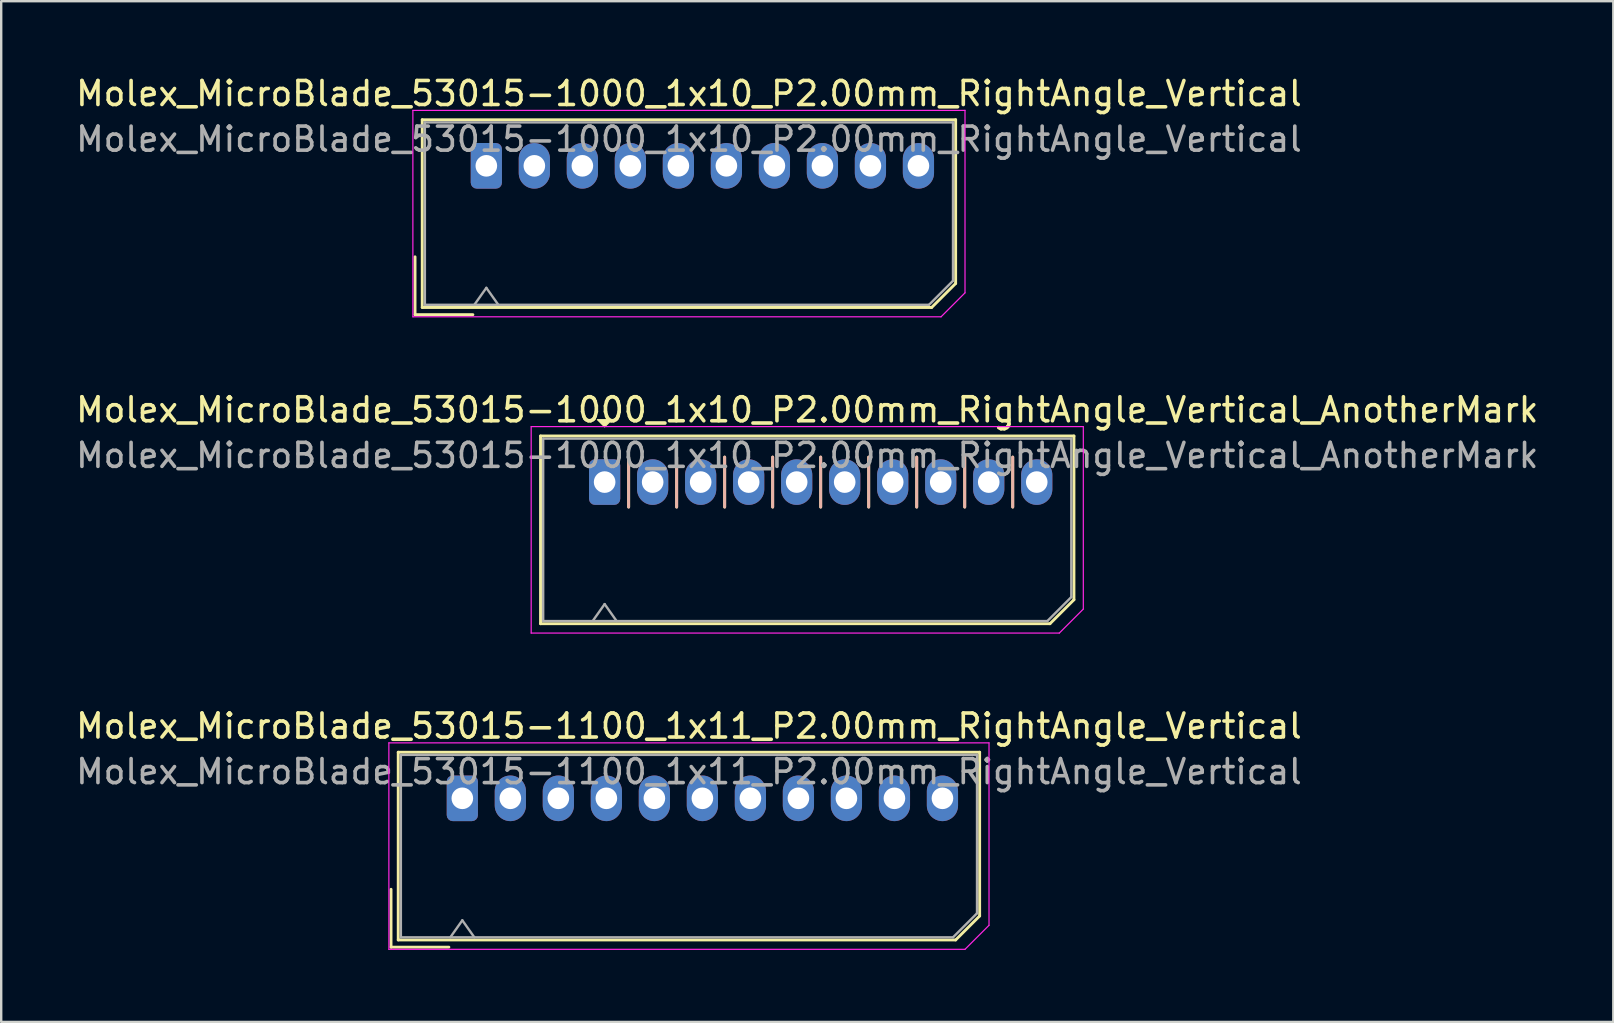
<source format=kicad_pcb>
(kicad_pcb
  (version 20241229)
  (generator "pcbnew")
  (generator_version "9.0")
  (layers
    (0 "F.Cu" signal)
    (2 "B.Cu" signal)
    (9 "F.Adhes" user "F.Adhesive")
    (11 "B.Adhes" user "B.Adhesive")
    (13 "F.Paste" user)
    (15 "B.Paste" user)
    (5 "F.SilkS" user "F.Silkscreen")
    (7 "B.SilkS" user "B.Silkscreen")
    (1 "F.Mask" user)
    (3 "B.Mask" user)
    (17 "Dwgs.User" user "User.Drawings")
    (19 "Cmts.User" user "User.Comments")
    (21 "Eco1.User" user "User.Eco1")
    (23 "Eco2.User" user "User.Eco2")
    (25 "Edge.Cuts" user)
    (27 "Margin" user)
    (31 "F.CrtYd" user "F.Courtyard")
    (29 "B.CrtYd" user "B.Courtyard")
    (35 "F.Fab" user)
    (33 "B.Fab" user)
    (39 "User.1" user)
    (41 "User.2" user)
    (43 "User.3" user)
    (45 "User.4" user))
  (footprint "Molex_MicroBlade_53015-1100_1x11_P2.00mm_RightAngle_Vertical"
    (layer "F.Cu")
    (at 16.209 30.205)
    (property "Reference" "Molex_MicroBlade_53015-1100_1x11_P2.00mm_RightAngle_Vertical" (at 9.44 -3.01 0) (layer "F.SilkS") (effects (font (size 1 1) (thickness 0.15))))
    (attr through_hole)
    (fp_line (start -2.97 3.79) (end -2.97 6.2) (stroke (width 0.12) (type solid)) (layer "F.SilkS"))
    (fp_line (start -2.97 6.2) (end -0.56 6.2) (stroke (width 0.12) (type solid)) (layer "F.SilkS"))
    (fp_line (start -2.67 -1.92) (end -2.67 5.9) (stroke (width 0.12) (type solid)) (layer "F.SilkS"))
    (fp_line (start -2.67 5.9) (end 20.55 5.9) (stroke (width 0.12) (type solid)) (layer "F.SilkS"))
    (fp_line (start 20.55 5.9) (end 21.55 4.9) (stroke (width 0.12) (type solid)) (layer "F.SilkS"))
    (fp_line (start 21.55 -1.92) (end -2.67 -1.92) (stroke (width 0.12) (type solid)) (layer "F.SilkS"))
    (fp_line (start 21.55 4.9) (end 21.55 -1.92) (stroke (width 0.12) (type solid)) (layer "F.SilkS"))
    (fp_line (start -3.06 -2.31) (end -3.06 6.29) (stroke (width 0.05) (type solid)) (layer "F.CrtYd"))
    (fp_line (start -3.06 6.29) (end 20.94 6.29) (stroke (width 0.05) (type solid)) (layer "F.CrtYd"))
    (fp_line (start 20.94 6.29) (end 21.94 5.29) (stroke (width 0.05) (type solid)) (layer "F.CrtYd"))
    (fp_line (start 21.94 -2.31) (end -3.06 -2.31) (stroke (width 0.05) (type solid)) (layer "F.CrtYd"))
    (fp_line (start 21.94 5.29) (end 21.94 -2.31) (stroke (width 0.05) (type solid)) (layer "F.CrtYd"))
    (fp_line (start -2.56 -1.81) (end -2.56 5.79) (stroke (width 0.1) (type solid)) (layer "F.Fab"))
    (fp_line (start -2.56 5.79) (end 20.44 5.79) (stroke (width 0.1) (type solid)) (layer "F.Fab"))
    (fp_line (start -0.5 5.79) (end 0 5.083) (stroke (width 0.1) (type solid)) (layer "F.Fab"))
    (fp_line (start 0 5.083) (end 0.5 5.79) (stroke (width 0.1) (type solid)) (layer "F.Fab"))
    (fp_line (start 20.44 5.79) (end 21.44 4.79) (stroke (width 0.1) (type solid)) (layer "F.Fab"))
    (fp_line (start 21.44 -1.81) (end -2.56 -1.81) (stroke (width 0.1) (type solid)) (layer "F.Fab"))
    (fp_line (start 21.44 4.79) (end 21.44 -1.81) (stroke (width 0.1) (type solid)) (layer "F.Fab"))
    (fp_text user "${REFERENCE}" (at 9.44 -1.11 0) (layer "F.Fab") (effects (font (size 1 1) (thickness 0.15))))
    (pad "1" thru_hole roundrect (at 0 0) (size 1.3 1.9) (drill 0.9) (layers "*.Cu" "*.Mask") (roundrect_rratio 0.192))
    (pad "2" thru_hole oval (at 2 0) (size 1.3 1.9) (drill 0.9) (layers "*.Cu" "*.Mask"))
    (pad "3" thru_hole oval (at 4 0) (size 1.3 1.9) (drill 0.9) (layers "*.Cu" "*.Mask"))
    (pad "4" thru_hole oval (at 6 0) (size 1.3 1.9) (drill 0.9) (layers "*.Cu" "*.Mask"))
    (pad "5" thru_hole oval (at 8 0) (size 1.3 1.9) (drill 0.9) (layers "*.Cu" "*.Mask"))
    (pad "6" thru_hole oval (at 10 0) (size 1.3 1.9) (drill 0.9) (layers "*.Cu" "*.Mask"))
    (pad "7" thru_hole oval (at 12 0) (size 1.3 1.9) (drill 0.9) (layers "*.Cu" "*.Mask"))
    (pad "8" thru_hole oval (at 14 0) (size 1.3 1.9) (drill 0.9) (layers "*.Cu" "*.Mask"))
    (pad "9" thru_hole oval (at 16 0) (size 1.3 1.9) (drill 0.9) (layers "*.Cu" "*.Mask"))
    (pad "10" thru_hole oval (at 18 0) (size 1.3 1.9) (drill 0.9) (layers "*.Cu" "*.Mask"))
    (pad "11" thru_hole oval (at 20 0) (size 1.3 1.9) (drill 0.9) (layers "*.Cu" "*.Mask")))
  (footprint "Molex_MicroBlade_53015-1000_1x10_P2.00mm_RightAngle_Vertical"
    (layer "F.Cu")
    (at 17.209 3.858)
    (property "Reference" "Molex_MicroBlade_53015-1000_1x10_P2.00mm_RightAngle_Vertical" (at 8.44 -3.01 0) (layer "F.SilkS") (effects (font (size 1 1) (thickness 0.15))))
    (attr through_hole)
    (fp_line (start -2.97 3.79) (end -2.97 6.2) (stroke (width 0.12) (type solid)) (layer "F.SilkS"))
    (fp_line (start -2.97 6.2) (end -0.56 6.2) (stroke (width 0.12) (type solid)) (layer "F.SilkS"))
    (fp_line (start -2.67 -1.92) (end -2.67 5.9) (stroke (width 0.12) (type solid)) (layer "F.SilkS"))
    (fp_line (start -2.67 5.9) (end 18.55 5.9) (stroke (width 0.12) (type solid)) (layer "F.SilkS"))
    (fp_line (start 18.55 5.9) (end 19.55 4.9) (stroke (width 0.12) (type solid)) (layer "F.SilkS"))
    (fp_line (start 19.55 -1.92) (end -2.67 -1.92) (stroke (width 0.12) (type solid)) (layer "F.SilkS"))
    (fp_line (start 19.55 4.9) (end 19.55 -1.92) (stroke (width 0.12) (type solid)) (layer "F.SilkS"))
    (fp_line (start -3.06 -2.31) (end -3.06 6.29) (stroke (width 0.05) (type solid)) (layer "F.CrtYd"))
    (fp_line (start -3.06 6.29) (end 18.94 6.29) (stroke (width 0.05) (type solid)) (layer "F.CrtYd"))
    (fp_line (start 18.94 6.29) (end 19.94 5.29) (stroke (width 0.05) (type solid)) (layer "F.CrtYd"))
    (fp_line (start 19.94 -2.31) (end -3.06 -2.31) (stroke (width 0.05) (type solid)) (layer "F.CrtYd"))
    (fp_line (start 19.94 5.29) (end 19.94 -2.31) (stroke (width 0.05) (type solid)) (layer "F.CrtYd"))
    (fp_line (start -2.56 -1.81) (end -2.56 5.79) (stroke (width 0.1) (type solid)) (layer "F.Fab"))
    (fp_line (start -2.56 5.79) (end 18.44 5.79) (stroke (width 0.1) (type solid)) (layer "F.Fab"))
    (fp_line (start -0.5 5.79) (end 0 5.083) (stroke (width 0.1) (type solid)) (layer "F.Fab"))
    (fp_line (start 0 5.083) (end 0.5 5.79) (stroke (width 0.1) (type solid)) (layer "F.Fab"))
    (fp_line (start 18.44 5.79) (end 19.44 4.79) (stroke (width 0.1) (type solid)) (layer "F.Fab"))
    (fp_line (start 19.44 -1.81) (end -2.56 -1.81) (stroke (width 0.1) (type solid)) (layer "F.Fab"))
    (fp_line (start 19.44 4.79) (end 19.44 -1.81) (stroke (width 0.1) (type solid)) (layer "F.Fab"))
    (fp_text user "${REFERENCE}" (at 8.44 -1.11 0) (layer "F.Fab") (effects (font (size 1 1) (thickness 0.15))))
    (pad "1" thru_hole roundrect (at 0 0) (size 1.3 1.9) (drill 0.9) (layers "*.Cu" "*.Mask") (roundrect_rratio 0.192))
    (pad "2" thru_hole oval (at 2 0) (size 1.3 1.9) (drill 0.9) (layers "*.Cu" "*.Mask"))
    (pad "3" thru_hole oval (at 4 0) (size 1.3 1.9) (drill 0.9) (layers "*.Cu" "*.Mask"))
    (pad "4" thru_hole oval (at 6 0) (size 1.3 1.9) (drill 0.9) (layers "*.Cu" "*.Mask"))
    (pad "5" thru_hole oval (at 8 0) (size 1.3 1.9) (drill 0.9) (layers "*.Cu" "*.Mask"))
    (pad "6" thru_hole oval (at 10 0) (size 1.3 1.9) (drill 0.9) (layers "*.Cu" "*.Mask"))
    (pad "7" thru_hole oval (at 12 0) (size 1.3 1.9) (drill 0.9) (layers "*.Cu" "*.Mask"))
    (pad "8" thru_hole oval (at 14 0) (size 1.3 1.9) (drill 0.9) (layers "*.Cu" "*.Mask"))
    (pad "9" thru_hole oval (at 16 0) (size 1.3 1.9) (drill 0.9) (layers "*.Cu" "*.Mask"))
    (pad "10" thru_hole oval (at 18 0) (size 1.3 1.9) (drill 0.9) (layers "*.Cu" "*.Mask")))
  (footprint "Molex_MicroBlade_53015-1000_1x10_P2.00mm_RightAngle_Vertical_AnotherMark"
    (layer "F.Cu")
    (at 22.137 17.032)
    (property "Reference" "Molex_MicroBlade_53015-1000_1x10_P2.00mm_RightAngle_Vertical_AnotherMark" (at 8.44 -3.01 0) (layer "F.SilkS") (effects (font (size 1 1) (thickness 0.15))))
    (attr through_hole)
    (fp_line (start -2.67 -1.92) (end -2.67 5.9) (stroke (width 0.12) (type solid)) (layer "F.SilkS"))
    (fp_line (start -2.67 5.9) (end 18.55 5.9) (stroke (width 0.12) (type solid)) (layer "F.SilkS"))
    (fp_line (start 1 -1.04) (end 1 1.04) (stroke (width 0.12) (type default)) (layer "F.SilkS"))
    (fp_line (start 3 -1.04) (end 3 1.04) (stroke (width 0.12) (type default)) (layer "F.SilkS"))
    (fp_line (start 5 -1.04) (end 5 1.04) (stroke (width 0.12) (type default)) (layer "F.SilkS"))
    (fp_line (start 7 -1.04) (end 7 1.04) (stroke (width 0.12) (type default)) (layer "F.SilkS"))
    (fp_line (start 9 -1.04) (end 9 1.04) (stroke (width 0.12) (type default)) (layer "F.SilkS"))
    (fp_line (start 11 -1.04) (end 11 1.04) (stroke (width 0.12) (type default)) (layer "F.SilkS"))
    (fp_line (start 13 -1.04) (end 13 1.04) (stroke (width 0.12) (type default)) (layer "F.SilkS"))
    (fp_line (start 15 -1.04) (end 15 1.04) (stroke (width 0.12) (type default)) (layer "F.SilkS"))
    (fp_line (start 17 -1.04) (end 17 1.04) (stroke (width 0.12) (type default)) (layer "F.SilkS"))
    (fp_line (start 18.55 5.9) (end 19.55 4.9) (stroke (width 0.12) (type solid)) (layer "F.SilkS"))
    (fp_line (start 19.55 -1.92) (end -2.67 -1.92) (stroke (width 0.12) (type solid)) (layer "F.SilkS"))
    (fp_line (start 19.55 4.9) (end 19.55 -1.92) (stroke (width 0.12) (type solid)) (layer "F.SilkS"))
    (fp_poly (pts (xy -0.3 -2.6) (xy 0.3 -2.6) (xy 0 -2.3)) (stroke (width 0.05) (type solid)) (fill yes) (layer "F.SilkS"))
    (fp_line (start 1 -1.04) (end 1 1.04) (stroke (width 0.12) (type default)) (layer "B.SilkS"))
    (fp_line (start 3 -1.04) (end 3 1.04) (stroke (width 0.12) (type default)) (layer "B.SilkS"))
    (fp_line (start 5 -1.04) (end 5 1.04) (stroke (width 0.12) (type default)) (layer "B.SilkS"))
    (fp_line (start 7 -1.04) (end 7 1.04) (stroke (width 0.12) (type default)) (layer "B.SilkS"))
    (fp_line (start 9 -1.04) (end 9 1.04) (stroke (width 0.12) (type default)) (layer "B.SilkS"))
    (fp_line (start 11 -1.04) (end 11 1.04) (stroke (width 0.12) (type default)) (layer "B.SilkS"))
    (fp_line (start 13 -1.04) (end 13 1.04) (stroke (width 0.12) (type default)) (layer "B.SilkS"))
    (fp_line (start 15 -1.04) (end 15 1.04) (stroke (width 0.12) (type default)) (layer "B.SilkS"))
    (fp_line (start 17 -1.04) (end 17 1.04) (stroke (width 0.12) (type default)) (layer "B.SilkS"))
    (fp_line (start -3.06 -2.31) (end -3.06 6.29) (stroke (width 0.05) (type solid)) (layer "F.CrtYd"))
    (fp_line (start -3.06 6.29) (end 18.94 6.29) (stroke (width 0.05) (type solid)) (layer "F.CrtYd"))
    (fp_line (start 18.94 6.29) (end 19.94 5.29) (stroke (width 0.05) (type solid)) (layer "F.CrtYd"))
    (fp_line (start 19.94 -2.31) (end -3.06 -2.31) (stroke (width 0.05) (type solid)) (layer "F.CrtYd"))
    (fp_line (start 19.94 5.29) (end 19.94 -2.31) (stroke (width 0.05) (type solid)) (layer "F.CrtYd"))
    (fp_line (start -2.56 -1.81) (end -2.56 5.79) (stroke (width 0.1) (type solid)) (layer "F.Fab"))
    (fp_line (start -2.56 5.79) (end 18.44 5.79) (stroke (width 0.1) (type solid)) (layer "F.Fab"))
    (fp_line (start -0.5 5.79) (end 0 5.083) (stroke (width 0.1) (type solid)) (layer "F.Fab"))
    (fp_line (start 0 5.083) (end 0.5 5.79) (stroke (width 0.1) (type solid)) (layer "F.Fab"))
    (fp_line (start 18.44 5.79) (end 19.44 4.79) (stroke (width 0.1) (type solid)) (layer "F.Fab"))
    (fp_line (start 19.44 -1.81) (end -2.56 -1.81) (stroke (width 0.1) (type solid)) (layer "F.Fab"))
    (fp_line (start 19.44 4.79) (end 19.44 -1.81) (stroke (width 0.1) (type solid)) (layer "F.Fab"))
    (fp_text user "${REFERENCE}" (at 8.44 -1.11 0) (layer "F.Fab") (effects (font (size 1 1) (thickness 0.15))))
    (pad "1" thru_hole roundrect (at 0 0) (size 1.3 1.9) (drill 0.9) (layers "*.Cu" "*.Mask") (roundrect_rratio 0.192))
    (pad "2" thru_hole oval (at 2 0) (size 1.3 1.9) (drill 0.9) (layers "*.Cu" "*.Mask"))
    (pad "3" thru_hole oval (at 4 0) (size 1.3 1.9) (drill 0.9) (layers "*.Cu" "*.Mask"))
    (pad "4" thru_hole oval (at 6 0) (size 1.3 1.9) (drill 0.9) (layers "*.Cu" "*.Mask"))
    (pad "5" thru_hole oval (at 8 0) (size 1.3 1.9) (drill 0.9) (layers "*.Cu" "*.Mask"))
    (pad "6" thru_hole oval (at 10 0) (size 1.3 1.9) (drill 0.9) (layers "*.Cu" "*.Mask"))
    (pad "7" thru_hole oval (at 12 0) (size 1.3 1.9) (drill 0.9) (layers "*.Cu" "*.Mask"))
    (pad "8" thru_hole oval (at 14 0) (size 1.3 1.9) (drill 0.9) (layers "*.Cu" "*.Mask"))
    (pad "9" thru_hole oval (at 16 0) (size 1.3 1.9) (drill 0.9) (layers "*.Cu" "*.Mask"))
    (pad "10" thru_hole oval (at 18 0) (size 1.3 1.9) (drill 0.9) (layers "*.Cu" "*.Mask")))
  (gr_rect
    (start -3 -3)
    (end 64.155 39.52)
    (stroke (width 0.1) (type default))
    (fill no)
    (layer "Edge.Cuts")))
</source>
